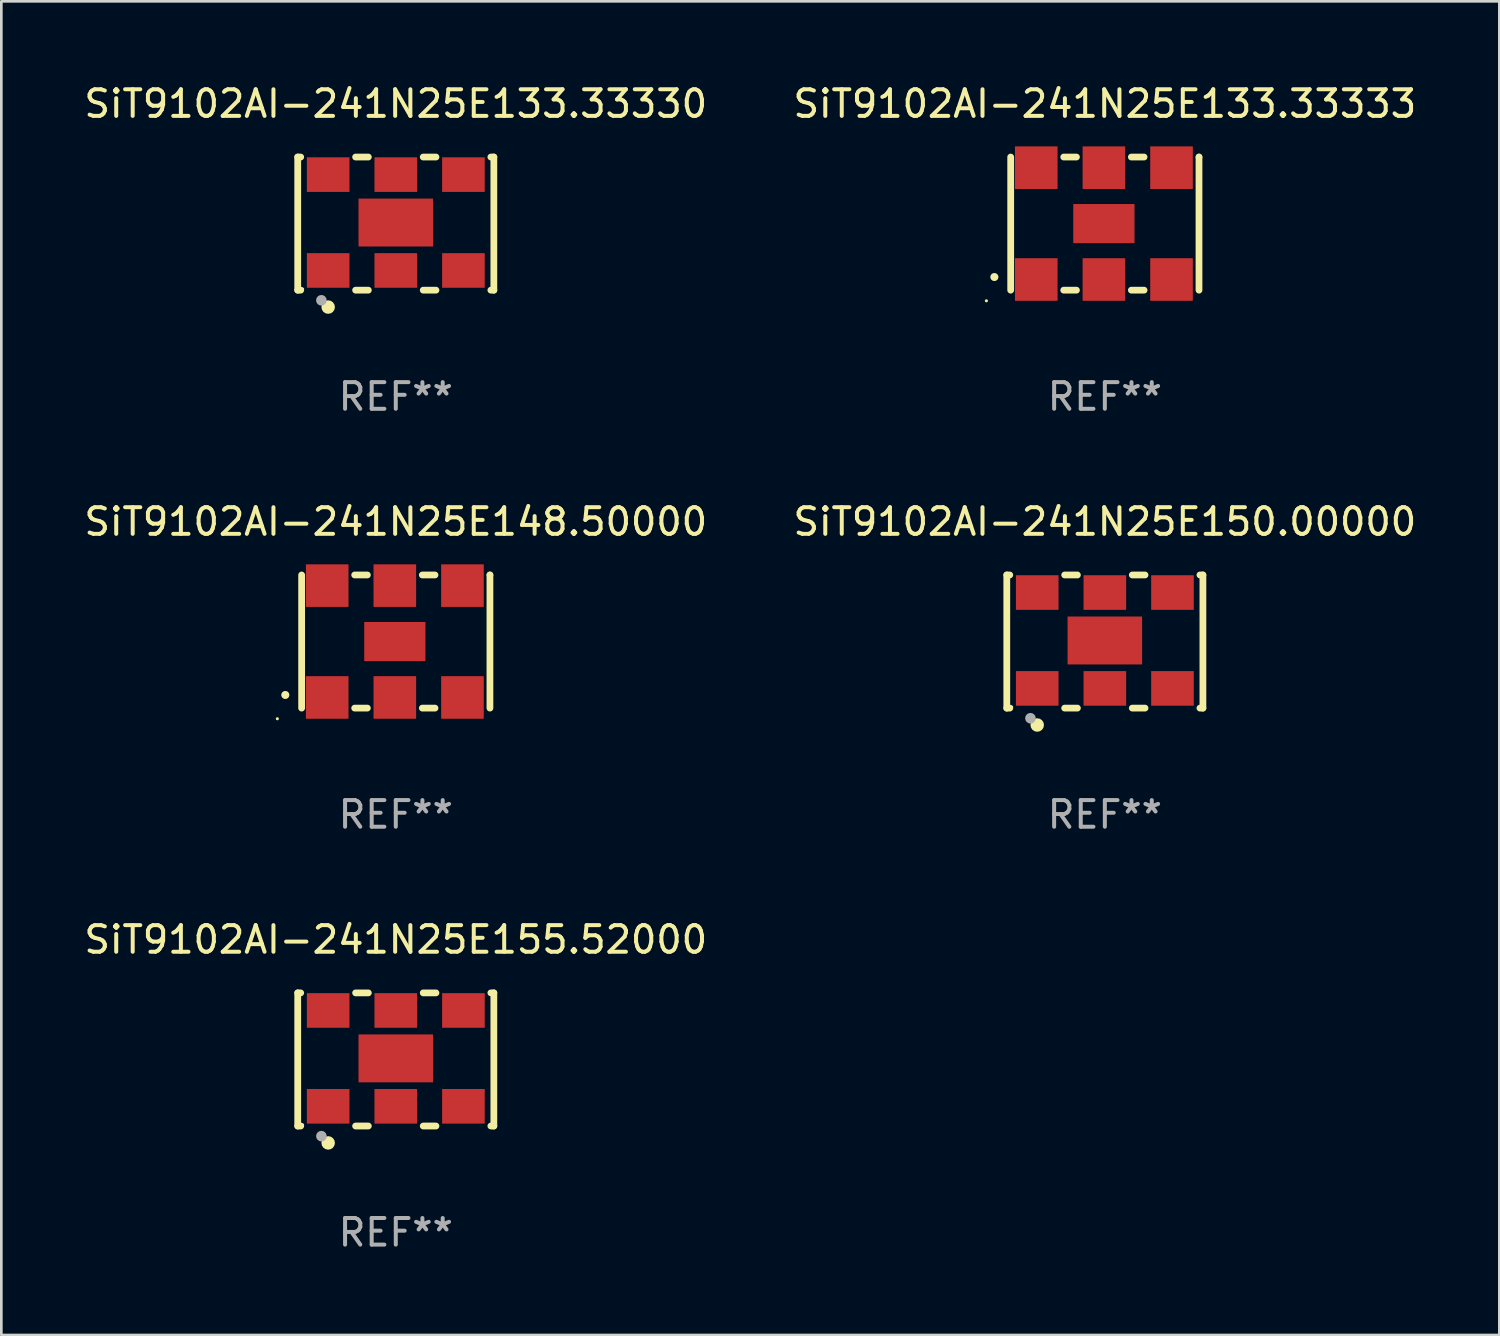
<source format=kicad_pcb>
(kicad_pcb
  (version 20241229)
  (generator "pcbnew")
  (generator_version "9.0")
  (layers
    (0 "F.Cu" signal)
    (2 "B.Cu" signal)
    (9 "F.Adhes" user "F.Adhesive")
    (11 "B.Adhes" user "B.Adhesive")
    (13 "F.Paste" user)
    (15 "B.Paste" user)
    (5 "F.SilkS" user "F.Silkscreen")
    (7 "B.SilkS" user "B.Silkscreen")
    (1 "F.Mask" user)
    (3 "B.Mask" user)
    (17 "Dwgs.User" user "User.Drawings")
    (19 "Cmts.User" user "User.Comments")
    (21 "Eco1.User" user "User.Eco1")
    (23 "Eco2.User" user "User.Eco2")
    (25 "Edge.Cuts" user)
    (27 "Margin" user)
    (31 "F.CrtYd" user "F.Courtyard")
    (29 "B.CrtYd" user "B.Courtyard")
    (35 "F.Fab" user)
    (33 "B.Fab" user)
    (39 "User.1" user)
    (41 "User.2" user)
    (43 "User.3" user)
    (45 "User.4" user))
  (footprint "SiT9102AI-241N25E133.33330"
    (layer "F.Cu")
    (at 11.815 5.348)
    (property "Reference" "SiT9102AI-241N25E133.33330" (at 0 -4.5 0) (layer "F.SilkS") (effects (font (size 1 1) (thickness 0.15))))
    (attr through_hole)
    (fp_line (start -3.683 -2.5) (end -3.571 -2.5) (stroke (width 0.254) (type solid)) (layer "F.SilkS"))
    (fp_line (start -3.683 2.5) (end -3.683 -2.5) (stroke (width 0.254) (type solid)) (layer "F.SilkS"))
    (fp_line (start -3.683 2.5) (end -3.571 2.5) (stroke (width 0.254) (type solid)) (layer "F.SilkS"))
    (fp_line (start -1.509 -2.5) (end -1.031 -2.5) (stroke (width 0.254) (type solid)) (layer "F.SilkS"))
    (fp_line (start -1.509 2.5) (end -1.031 2.5) (stroke (width 0.254) (type solid)) (layer "F.SilkS"))
    (fp_line (start 1.031 -2.5) (end 1.509 -2.5) (stroke (width 0.254) (type solid)) (layer "F.SilkS"))
    (fp_line (start 1.031 2.5) (end 1.509 2.5) (stroke (width 0.254) (type solid)) (layer "F.SilkS"))
    (fp_line (start 3.571 -2.5) (end 3.683 -2.5) (stroke (width 0.254) (type solid)) (layer "F.SilkS"))
    (fp_line (start 3.571 2.5) (end 3.683 2.5) (stroke (width 0.254) (type solid)) (layer "F.SilkS"))
    (fp_line (start 3.683 2.5) (end 3.683 -2.5) (stroke (width 0.254) (type solid)) (layer "F.SilkS"))
    (fp_circle (center -3.5 2.46) (end -3.47 2.46) (stroke (width 0.06) (type solid)) (fill no) (layer "F.SilkS"))
    (fp_circle (center -2.54 3.135) (end -2.413 3.135) (stroke (width 0.254) (type solid)) (fill no) (layer "F.SilkS"))
    (fp_circle (center -2.794 2.881) (end -2.694 2.881) (stroke (width 0.2) (type solid)) (fill no) (layer "F.Fab"))
    (fp_text user "REF**" (at 0 6.5 0) (layer "F.Fab") (effects (font (size 1 1) (thickness 0.15))))
    (pad "1" smd rect (at -2.54 1.76) (size 1.6 1.3) (layers "F.Cu" "F.Mask" "F.Paste"))
    (pad "2" smd rect (at 0 1.76) (size 1.6 1.3) (layers "F.Cu" "F.Mask" "F.Paste"))
    (pad "3" smd rect (at 2.54 1.76) (size 1.6 1.3) (layers "F.Cu" "F.Mask" "F.Paste"))
    (pad "4" smd rect (at 2.54 -1.84) (size 1.6 1.3) (layers "F.Cu" "F.Mask" "F.Paste"))
    (pad "5" smd rect (at 0 -1.84) (size 1.6 1.3) (layers "F.Cu" "F.Mask" "F.Paste"))
    (pad "6" smd rect (at -2.54 -1.84) (size 1.6 1.3) (layers "F.Cu" "F.Mask" "F.Paste"))
    (pad "7" smd rect (at 0 -0.04) (size 2.8 1.8) (layers "F.Cu" "F.Mask" "F.Paste")))
  (footprint "SiT9102AI-241N25E133.33333"
    (layer "F.Cu")
    (at 38.446 5.348)
    (property "Reference" "SiT9102AI-241N25E133.33333" (at 0 -4.5 0) (layer "F.SilkS") (effects (font (size 1 1) (thickness 0.15))))
    (attr through_hole)
    (fp_line (start -3.536 -2.5) (end -3.536 2.5) (stroke (width 0.254) (type solid)) (layer "F.SilkS"))
    (fp_line (start -1.544 2.5) (end -1.067 2.5) (stroke (width 0.254) (type solid)) (layer "F.SilkS"))
    (fp_line (start -1.067 -2.5) (end -1.544 -2.5) (stroke (width 0.254) (type solid)) (layer "F.SilkS"))
    (fp_line (start 0.996 2.5) (end 1.473 2.5) (stroke (width 0.254) (type solid)) (layer "F.SilkS"))
    (fp_line (start 1.473 -2.5) (end 0.996 -2.5) (stroke (width 0.254) (type solid)) (layer "F.SilkS"))
    (fp_line (start 3.536 -2.5) (end 3.536 -2.5) (stroke (width 0.254) (type solid)) (layer "F.SilkS"))
    (fp_line (start 3.536 2.5) (end 3.536 -2.5) (stroke (width 0.254) (type solid)) (layer "F.SilkS"))
    (fp_arc (start -4.150432 2.006604) (mid -4.149162 2.006599) (end -4.147892 2.006604) (stroke (width 0.3) (type solid)) (layer "F.SilkS"))
    (fp_circle (center -4.449 2.9) (end -4.419 2.9) (stroke (width 0.06) (type solid)) (fill no) (layer "F.SilkS"))
    (fp_text user "REF**" (at 0 6.5 0) (layer "F.Fab") (effects (font (size 1 1) (thickness 0.15))))
    (pad "1" smd rect (at -2.576 2.1) (size 1.6 1.6) (layers "F.Cu" "F.Mask" "F.Paste"))
    (pad "2" smd rect (at -0.036 2.1) (size 1.6 1.6) (layers "F.Cu" "F.Mask" "F.Paste"))
    (pad "3" smd rect (at 2.504 2.1) (size 1.6 1.6) (layers "F.Cu" "F.Mask" "F.Paste"))
    (pad "4" smd rect (at 2.504 -2.1) (size 1.6 1.6) (layers "F.Cu" "F.Mask" "F.Paste"))
    (pad "5" smd rect (at -0.036 -2.1) (size 1.6 1.6) (layers "F.Cu" "F.Mask" "F.Paste"))
    (pad "6" smd rect (at -2.576 -2.1) (size 1.6 1.6) (layers "F.Cu" "F.Mask" "F.Paste"))
    (pad "7" smd rect (at -0.036 0) (size 2.3 1.47) (layers "F.Cu" "F.Mask" "F.Paste")))
  (footprint "SiT9102AI-241N25E150.00000"
    (layer "F.Cu")
    (at 38.446 21.045)
    (property "Reference" "SiT9102AI-241N25E150.00000" (at 0 -4.5 0) (layer "F.SilkS") (effects (font (size 1 1) (thickness 0.15))))
    (attr through_hole)
    (fp_line (start -3.683 -2.5) (end -3.571 -2.5) (stroke (width 0.254) (type solid)) (layer "F.SilkS"))
    (fp_line (start -3.683 2.5) (end -3.683 -2.5) (stroke (width 0.254) (type solid)) (layer "F.SilkS"))
    (fp_line (start -3.683 2.5) (end -3.571 2.5) (stroke (width 0.254) (type solid)) (layer "F.SilkS"))
    (fp_line (start -1.509 -2.5) (end -1.031 -2.5) (stroke (width 0.254) (type solid)) (layer "F.SilkS"))
    (fp_line (start -1.509 2.5) (end -1.031 2.5) (stroke (width 0.254) (type solid)) (layer "F.SilkS"))
    (fp_line (start 1.031 -2.5) (end 1.509 -2.5) (stroke (width 0.254) (type solid)) (layer "F.SilkS"))
    (fp_line (start 1.031 2.5) (end 1.509 2.5) (stroke (width 0.254) (type solid)) (layer "F.SilkS"))
    (fp_line (start 3.571 -2.5) (end 3.683 -2.5) (stroke (width 0.254) (type solid)) (layer "F.SilkS"))
    (fp_line (start 3.571 2.5) (end 3.683 2.5) (stroke (width 0.254) (type solid)) (layer "F.SilkS"))
    (fp_line (start 3.683 2.5) (end 3.683 -2.5) (stroke (width 0.254) (type solid)) (layer "F.SilkS"))
    (fp_circle (center -3.5 2.46) (end -3.47 2.46) (stroke (width 0.06) (type solid)) (fill no) (layer "F.SilkS"))
    (fp_circle (center -2.54 3.135) (end -2.413 3.135) (stroke (width 0.254) (type solid)) (fill no) (layer "F.SilkS"))
    (fp_circle (center -2.794 2.881) (end -2.694 2.881) (stroke (width 0.2) (type solid)) (fill no) (layer "F.Fab"))
    (fp_text user "REF**" (at 0 6.5 0) (layer "F.Fab") (effects (font (size 1 1) (thickness 0.15))))
    (pad "1" smd rect (at -2.54 1.76) (size 1.6 1.3) (layers "F.Cu" "F.Mask" "F.Paste"))
    (pad "2" smd rect (at 0 1.76) (size 1.6 1.3) (layers "F.Cu" "F.Mask" "F.Paste"))
    (pad "3" smd rect (at 2.54 1.76) (size 1.6 1.3) (layers "F.Cu" "F.Mask" "F.Paste"))
    (pad "4" smd rect (at 2.54 -1.84) (size 1.6 1.3) (layers "F.Cu" "F.Mask" "F.Paste"))
    (pad "5" smd rect (at 0 -1.84) (size 1.6 1.3) (layers "F.Cu" "F.Mask" "F.Paste"))
    (pad "6" smd rect (at -2.54 -1.84) (size 1.6 1.3) (layers "F.Cu" "F.Mask" "F.Paste"))
    (pad "7" smd rect (at 0 -0.04) (size 2.8 1.8) (layers "F.Cu" "F.Mask" "F.Paste")))
  (footprint "SiT9102AI-241N25E155.52000"
    (layer "F.Cu")
    (at 11.815 36.741)
    (property "Reference" "SiT9102AI-241N25E155.52000" (at 0 -4.5 0) (layer "F.SilkS") (effects (font (size 1 1) (thickness 0.15))))
    (attr through_hole)
    (fp_line (start -3.683 -2.5) (end -3.571 -2.5) (stroke (width 0.254) (type solid)) (layer "F.SilkS"))
    (fp_line (start -3.683 2.5) (end -3.683 -2.5) (stroke (width 0.254) (type solid)) (layer "F.SilkS"))
    (fp_line (start -3.683 2.5) (end -3.571 2.5) (stroke (width 0.254) (type solid)) (layer "F.SilkS"))
    (fp_line (start -1.509 -2.5) (end -1.031 -2.5) (stroke (width 0.254) (type solid)) (layer "F.SilkS"))
    (fp_line (start -1.509 2.5) (end -1.031 2.5) (stroke (width 0.254) (type solid)) (layer "F.SilkS"))
    (fp_line (start 1.031 -2.5) (end 1.509 -2.5) (stroke (width 0.254) (type solid)) (layer "F.SilkS"))
    (fp_line (start 1.031 2.5) (end 1.509 2.5) (stroke (width 0.254) (type solid)) (layer "F.SilkS"))
    (fp_line (start 3.571 -2.5) (end 3.683 -2.5) (stroke (width 0.254) (type solid)) (layer "F.SilkS"))
    (fp_line (start 3.571 2.5) (end 3.683 2.5) (stroke (width 0.254) (type solid)) (layer "F.SilkS"))
    (fp_line (start 3.683 2.5) (end 3.683 -2.5) (stroke (width 0.254) (type solid)) (layer "F.SilkS"))
    (fp_circle (center -3.5 2.46) (end -3.47 2.46) (stroke (width 0.06) (type solid)) (fill no) (layer "F.SilkS"))
    (fp_circle (center -2.54 3.135) (end -2.413 3.135) (stroke (width 0.254) (type solid)) (fill no) (layer "F.SilkS"))
    (fp_circle (center -2.794 2.881) (end -2.694 2.881) (stroke (width 0.2) (type solid)) (fill no) (layer "F.Fab"))
    (fp_text user "REF**" (at 0 6.5 0) (layer "F.Fab") (effects (font (size 1 1) (thickness 0.15))))
    (pad "1" smd rect (at -2.54 1.76) (size 1.6 1.3) (layers "F.Cu" "F.Mask" "F.Paste"))
    (pad "2" smd rect (at 0 1.76) (size 1.6 1.3) (layers "F.Cu" "F.Mask" "F.Paste"))
    (pad "3" smd rect (at 2.54 1.76) (size 1.6 1.3) (layers "F.Cu" "F.Mask" "F.Paste"))
    (pad "4" smd rect (at 2.54 -1.84) (size 1.6 1.3) (layers "F.Cu" "F.Mask" "F.Paste"))
    (pad "5" smd rect (at 0 -1.84) (size 1.6 1.3) (layers "F.Cu" "F.Mask" "F.Paste"))
    (pad "6" smd rect (at -2.54 -1.84) (size 1.6 1.3) (layers "F.Cu" "F.Mask" "F.Paste"))
    (pad "7" smd rect (at 0 -0.04) (size 2.8 1.8) (layers "F.Cu" "F.Mask" "F.Paste")))
  (footprint "SiT9102AI-241N25E148.50000"
    (layer "F.Cu")
    (at 11.815 21.045)
    (property "Reference" "SiT9102AI-241N25E148.50000" (at 0 -4.5 0) (layer "F.SilkS") (effects (font (size 1 1) (thickness 0.15))))
    (attr through_hole)
    (fp_line (start -3.536 -2.5) (end -3.536 2.5) (stroke (width 0.254) (type solid)) (layer "F.SilkS"))
    (fp_line (start -1.544 2.5) (end -1.067 2.5) (stroke (width 0.254) (type solid)) (layer "F.SilkS"))
    (fp_line (start -1.067 -2.5) (end -1.544 -2.5) (stroke (width 0.254) (type solid)) (layer "F.SilkS"))
    (fp_line (start 0.996 2.5) (end 1.473 2.5) (stroke (width 0.254) (type solid)) (layer "F.SilkS"))
    (fp_line (start 1.473 -2.5) (end 0.996 -2.5) (stroke (width 0.254) (type solid)) (layer "F.SilkS"))
    (fp_line (start 3.536 -2.5) (end 3.536 -2.5) (stroke (width 0.254) (type solid)) (layer "F.SilkS"))
    (fp_line (start 3.536 2.5) (end 3.536 -2.5) (stroke (width 0.254) (type solid)) (layer "F.SilkS"))
    (fp_arc (start -4.150432 2.006604) (mid -4.149162 2.006599) (end -4.147892 2.006604) (stroke (width 0.3) (type solid)) (layer "F.SilkS"))
    (fp_circle (center -4.449 2.9) (end -4.419 2.9) (stroke (width 0.06) (type solid)) (fill no) (layer "F.SilkS"))
    (fp_text user "REF**" (at 0 6.5 0) (layer "F.Fab") (effects (font (size 1 1) (thickness 0.15))))
    (pad "1" smd rect (at -2.576 2.1) (size 1.6 1.6) (layers "F.Cu" "F.Mask" "F.Paste"))
    (pad "2" smd rect (at -0.036 2.1) (size 1.6 1.6) (layers "F.Cu" "F.Mask" "F.Paste"))
    (pad "3" smd rect (at 2.504 2.1) (size 1.6 1.6) (layers "F.Cu" "F.Mask" "F.Paste"))
    (pad "4" smd rect (at 2.504 -2.1) (size 1.6 1.6) (layers "F.Cu" "F.Mask" "F.Paste"))
    (pad "5" smd rect (at -0.036 -2.1) (size 1.6 1.6) (layers "F.Cu" "F.Mask" "F.Paste"))
    (pad "6" smd rect (at -2.576 -2.1) (size 1.6 1.6) (layers "F.Cu" "F.Mask" "F.Paste"))
    (pad "7" smd rect (at -0.036 0) (size 2.3 1.47) (layers "F.Cu" "F.Mask" "F.Paste")))
  (gr_rect
    (start -3 -3)
    (end 53.262 47.09)
    (stroke (width 0.1) (type default))
    (fill no)
    (layer "Edge.Cuts")))
</source>
